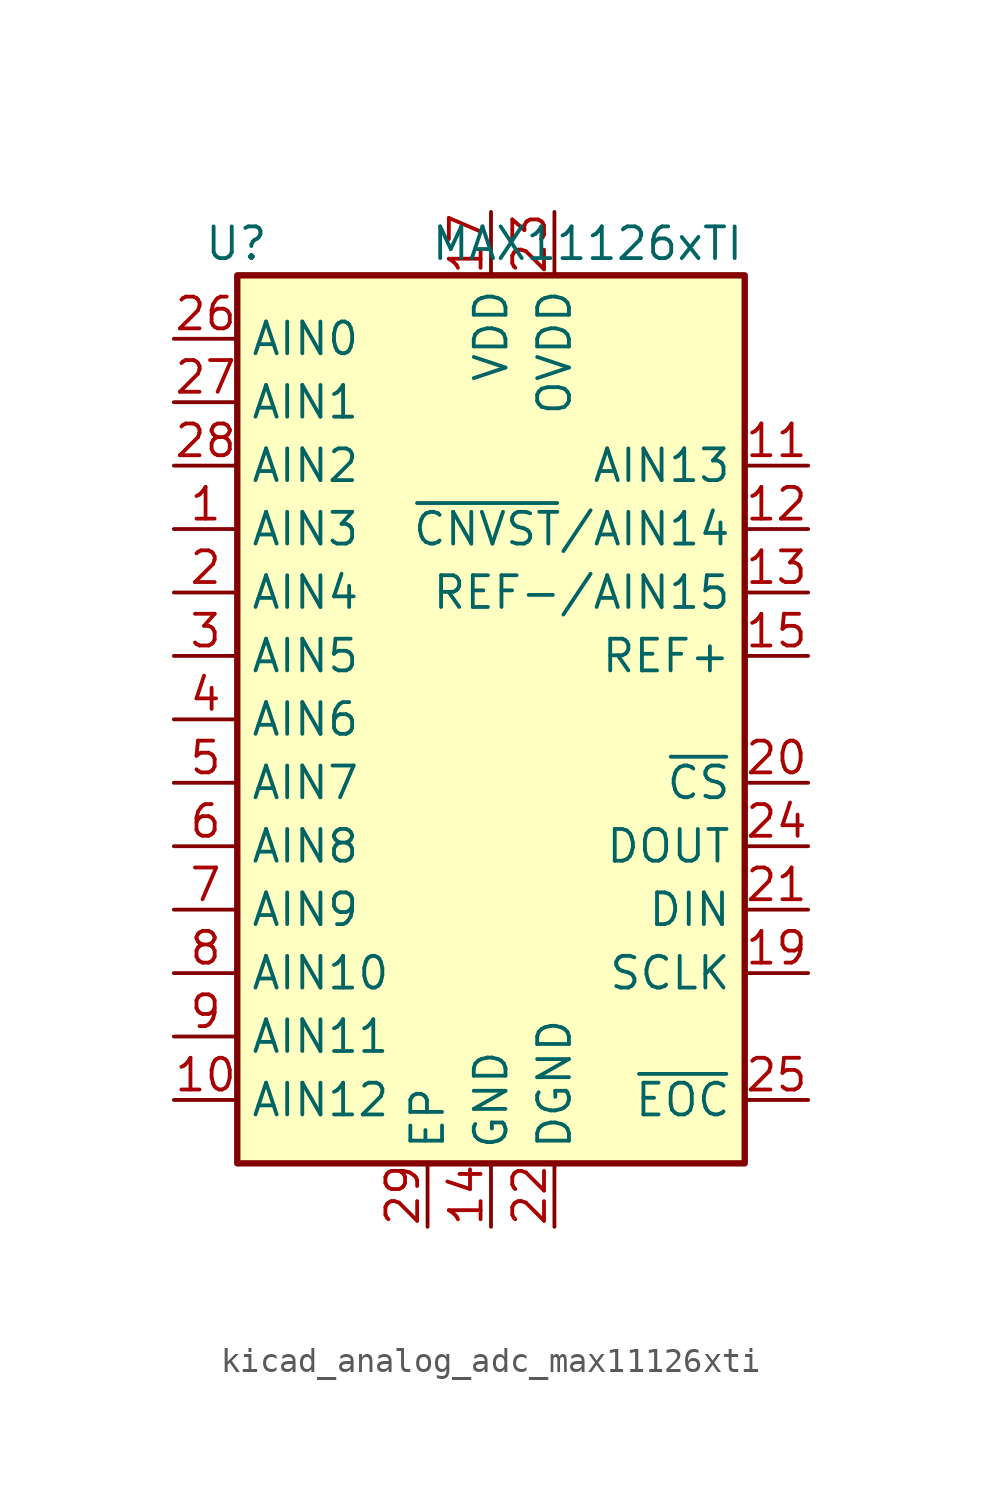
<source format=kicad_sym>
(kicad_symbol_lib
  (version 20220914)
  (generator kicad_symbol_editor)
  (symbol "kicad_analog_adc_max11126xti"
    (property "Reference" "U"
      (at -8.89 19.05 0)
      (effects (font (size 1.27 1.27)) (justify right)))
    (property "Value" "MAX11126xTI"
      (at 10.16 19.05 0)
      (effects (font (size 1.27 1.27)) (justify right)))
    (symbol "kicad_analog_adc_max11126xti_0_1"
      (rectangle (start 10.16 17.78) (end -10.16 -17.78) (stroke (width 0.254) (type default)) (fill (type background))))
    (symbol "kicad_analog_adc_max11126xti_1_1"
      (pin input line (at -12.7 7.62 0) (length 2.54) (name "AIN3" (effects (font (size 1.27 1.27)))) (number "1" (effects (font (size 1.27 1.27)))))
      (pin input line (at -12.7 -15.24 0) (length 2.54) (name "AIN12" (effects (font (size 1.27 1.27)))) (number "10" (effects (font (size 1.27 1.27)))))
      (pin input line (at 12.7 10.16 180) (length 2.54) (name "AIN13" (effects (font (size 1.27 1.27)))) (number "11" (effects (font (size 1.27 1.27)))))
      (pin input line (at 12.7 7.62 180) (length 2.54) (name "~{CNVST}/AIN14" (effects (font (size 1.27 1.27)))) (number "12" (effects (font (size 1.27 1.27)))))
      (pin input line (at 12.7 5.08 180) (length 2.54) (name "REF-/AIN15" (effects (font (size 1.27 1.27)))) (number "13" (effects (font (size 1.27 1.27)))))
      (pin power_in line (at 0 -20.32 90) (length 2.54) (name "GND" (effects (font (size 1.27 1.27)))) (number "14" (effects (font (size 1.27 1.27)))))
      (pin input line (at 12.7 2.54 180) (length 2.54) (name "REF+" (effects (font (size 1.27 1.27)))) (number "15" (effects (font (size 1.27 1.27)))))
      (pin passive line (at 0 -20.32 90) (length 2.54) hide (name "GND" (effects (font (size 1.27 1.27)))) (number "16" (effects (font (size 1.27 1.27)))))
      (pin power_in line (at 0 20.32 270) (length 2.54) (name "VDD" (effects (font (size 1.27 1.27)))) (number "17" (effects (font (size 1.27 1.27)))))
      (pin passive line (at 0 20.32 270) (length 2.54) hide (name "VDD" (effects (font (size 1.27 1.27)))) (number "18" (effects (font (size 1.27 1.27)))))
      (pin input line (at 12.7 -10.16 180) (length 2.54) (name "SCLK" (effects (font (size 1.27 1.27)))) (number "19" (effects (font (size 1.27 1.27)))))
      (pin input line (at -12.7 5.08 0) (length 2.54) (name "AIN4" (effects (font (size 1.27 1.27)))) (number "2" (effects (font (size 1.27 1.27)))))
      (pin input line (at 12.7 -2.54 180) (length 2.54) (name "~{CS}" (effects (font (size 1.27 1.27)))) (number "20" (effects (font (size 1.27 1.27)))))
      (pin input line (at 12.7 -7.62 180) (length 2.54) (name "DIN" (effects (font (size 1.27 1.27)))) (number "21" (effects (font (size 1.27 1.27)))))
      (pin power_in line (at 2.54 -20.32 90) (length 2.54) (name "DGND" (effects (font (size 1.27 1.27)))) (number "22" (effects (font (size 1.27 1.27)))))
      (pin power_in line (at 2.54 20.32 270) (length 2.54) (name "OVDD" (effects (font (size 1.27 1.27)))) (number "23" (effects (font (size 1.27 1.27)))))
      (pin output line (at 12.7 -5.08 180) (length 2.54) (name "DOUT" (effects (font (size 1.27 1.27)))) (number "24" (effects (font (size 1.27 1.27)))))
      (pin output line (at 12.7 -15.24 180) (length 2.54) (name "~{EOC}" (effects (font (size 1.27 1.27)))) (number "25" (effects (font (size 1.27 1.27)))))
      (pin input line (at -12.7 15.24 0) (length 2.54) (name "AIN0" (effects (font (size 1.27 1.27)))) (number "26" (effects (font (size 1.27 1.27)))))
      (pin input line (at -12.7 12.7 0) (length 2.54) (name "AIN1" (effects (font (size 1.27 1.27)))) (number "27" (effects (font (size 1.27 1.27)))))
      (pin input line (at -12.7 10.16 0) (length 2.54) (name "AIN2" (effects (font (size 1.27 1.27)))) (number "28" (effects (font (size 1.27 1.27)))))
      (pin power_in line (at -2.54 -20.32 90) (length 2.54) (name "EP" (effects (font (size 1.27 1.27)))) (number "29" (effects (font (size 1.27 1.27)))))
      (pin input line (at -12.7 2.54 0) (length 2.54) (name "AIN5" (effects (font (size 1.27 1.27)))) (number "3" (effects (font (size 1.27 1.27)))))
      (pin input line (at -12.7 0 0) (length 2.54) (name "AIN6" (effects (font (size 1.27 1.27)))) (number "4" (effects (font (size 1.27 1.27)))))
      (pin input line (at -12.7 -2.54 0) (length 2.54) (name "AIN7" (effects (font (size 1.27 1.27)))) (number "5" (effects (font (size 1.27 1.27)))))
      (pin input line (at -12.7 -5.08 0) (length 2.54) (name "AIN8" (effects (font (size 1.27 1.27)))) (number "6" (effects (font (size 1.27 1.27)))))
      (pin input line (at -12.7 -7.62 0) (length 2.54) (name "AIN9" (effects (font (size 1.27 1.27)))) (number "7" (effects (font (size 1.27 1.27)))))
      (pin input line (at -12.7 -10.16 0) (length 2.54) (name "AIN10" (effects (font (size 1.27 1.27)))) (number "8" (effects (font (size 1.27 1.27)))))
      (pin input line (at -12.7 -12.7 0) (length 2.54) (name "AIN11" (effects (font (size 1.27 1.27)))) (number "9" (effects (font (size 1.27 1.27))))))))
</source>
